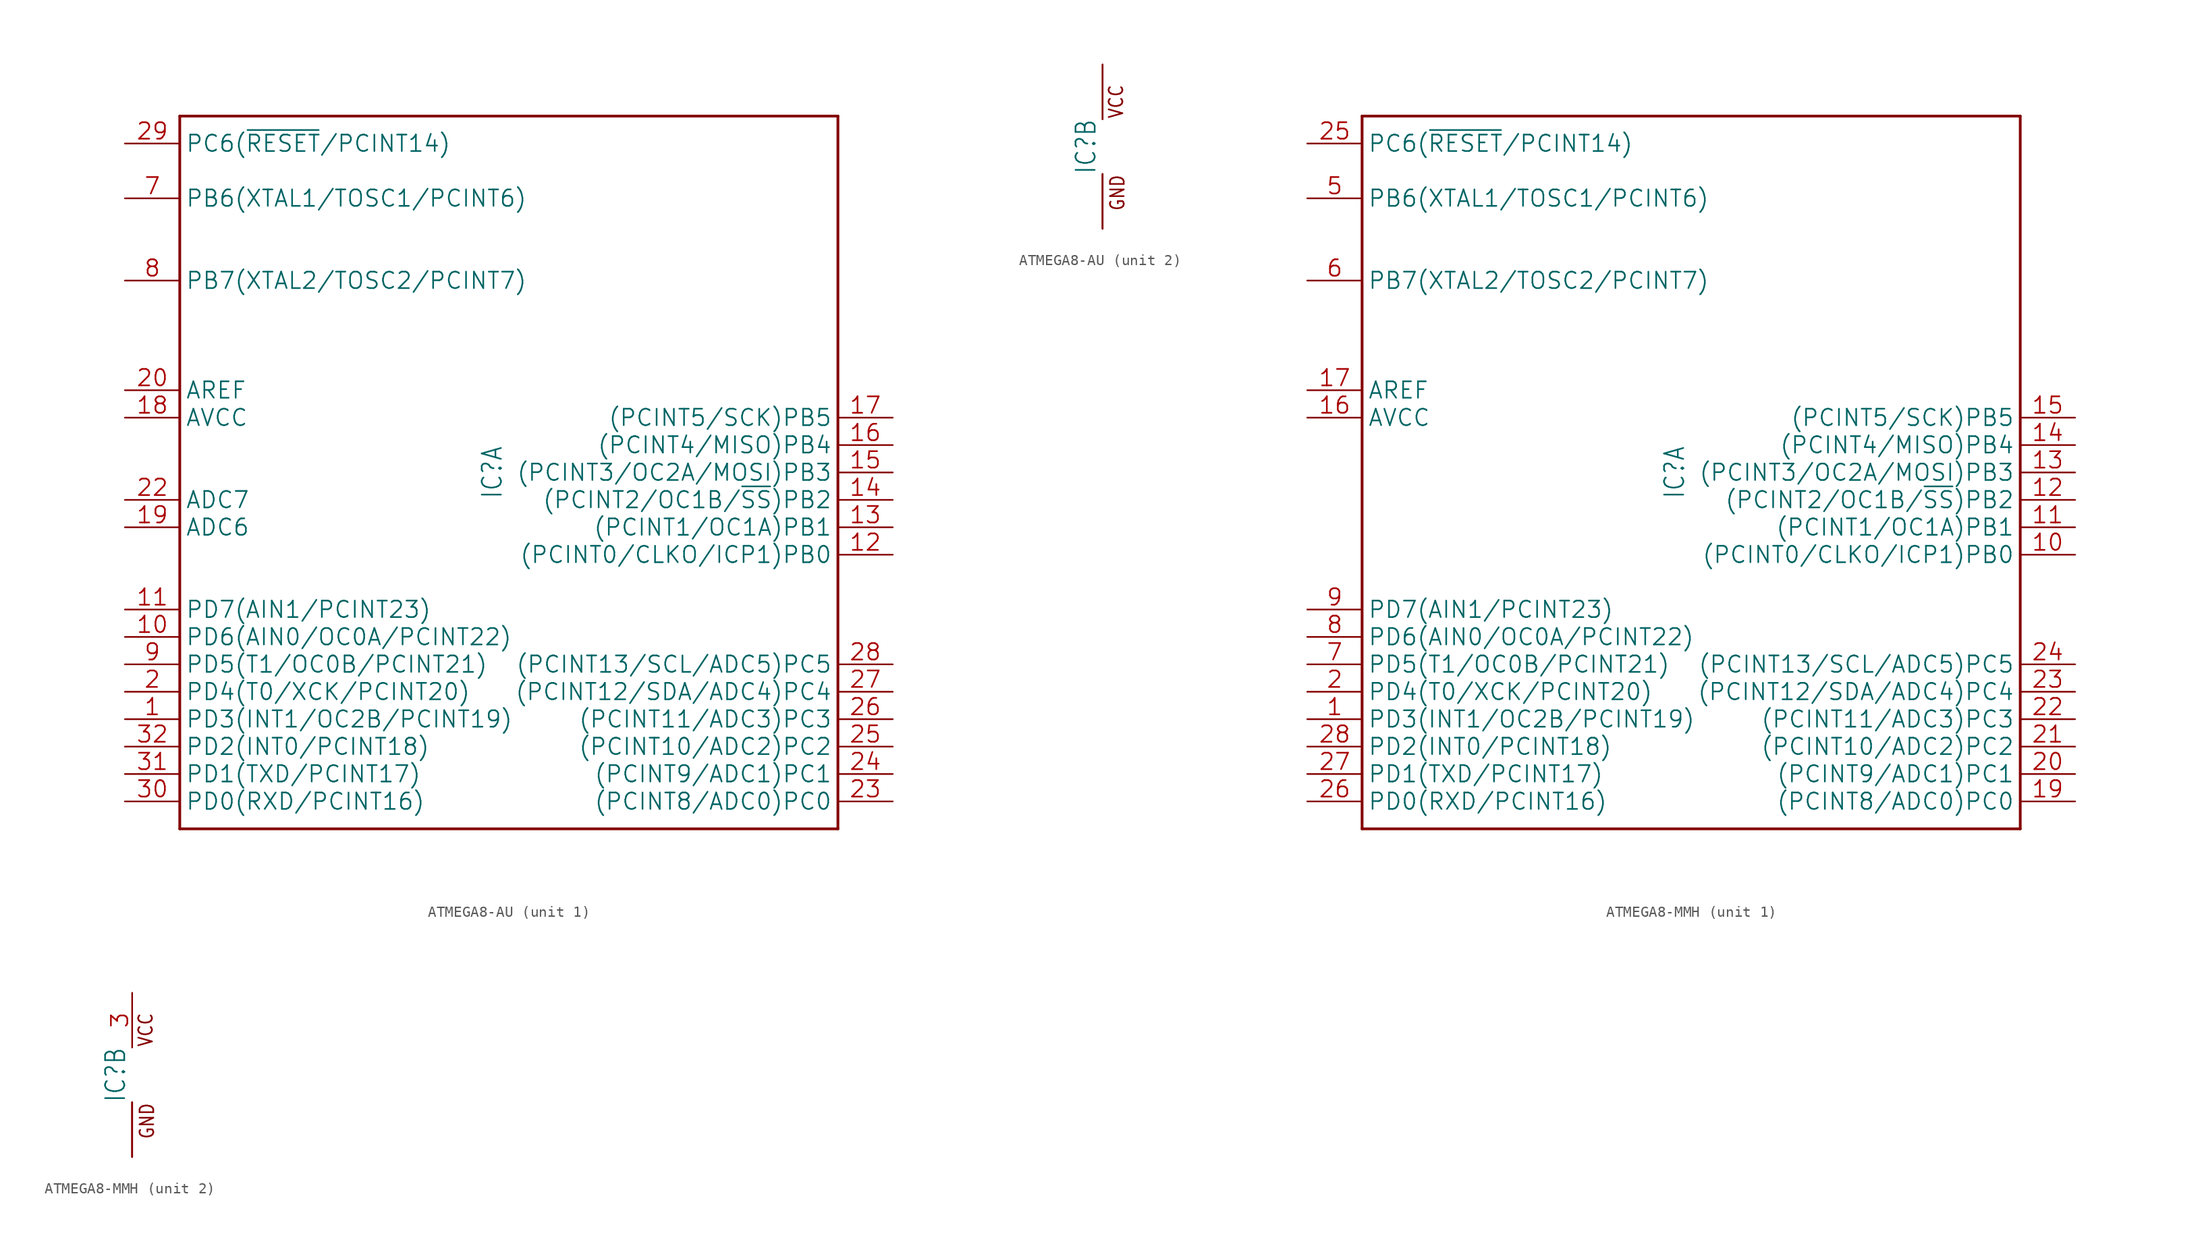
<source format=kicad_sym>
(kicad_symbol_lib
  (version 20241209)
  (generator "kicad_symbol_editor")
  (generator_version "9.0")
  (symbol "ATMEGA8-AU"
    (property "Reference" "IC"
      (at -0.508 0 90)
      (effects (font (size 1.778 1.511)) (justify bottom)))
    (property "ki_locked" ""
      (at 0 0 0)
      (effects (font (size 1.27 1.27))))
    (symbol "ATMEGA8-AU_1_0"
      (polyline (pts (xy -30.48 33.02) (xy 30.48 33.02)) (stroke (width 0.254) (type solid)) (fill (type none)))
      (polyline (pts (xy -30.48 -33.02) (xy -30.48 33.02)) (stroke (width 0.254) (type solid)) (fill (type none)))
      (polyline (pts (xy 30.48 33.02) (xy 30.48 -33.02)) (stroke (width 0.254) (type solid)) (fill (type none)))
      (polyline (pts (xy 30.48 -33.02) (xy -30.48 -33.02)) (stroke (width 0.254) (type solid)) (fill (type none)))
      (pin bidirectional line (at -35.56 30.48 0) (length 5.08) (name "PC6(~{RESET}/PCINT14)" (effects (font (size 1.524 1.524)))) (number "29" (effects (font (size 1.524 1.524)))))
      (pin bidirectional line (at -35.56 25.4 0) (length 5.08) (name "PB6(XTAL1/TOSC1/PCINT6)" (effects (font (size 1.524 1.524)))) (number "7" (effects (font (size 1.524 1.524)))))
      (pin bidirectional line (at -35.56 17.78 0) (length 5.08) (name "PB7(XTAL2/TOSC2/PCINT7)" (effects (font (size 1.524 1.524)))) (number "8" (effects (font (size 1.524 1.524)))))
      (pin passive line (at -35.56 7.62 0) (length 5.08) (name "AREF" (effects (font (size 1.524 1.524)))) (number "20" (effects (font (size 1.524 1.524)))))
      (pin power_in line (at -35.56 5.08 0) (length 5.08) (name "AVCC" (effects (font (size 1.524 1.524)))) (number "18" (effects (font (size 1.524 1.524)))))
      (pin bidirectional line (at -35.56 -2.54 0) (length 5.08) (name "ADC7" (effects (font (size 1.524 1.524)))) (number "22" (effects (font (size 1.524 1.524)))))
      (pin bidirectional line (at -35.56 -5.08 0) (length 5.08) (name "ADC6" (effects (font (size 1.524 1.524)))) (number "19" (effects (font (size 1.524 1.524)))))
      (pin bidirectional line (at -35.56 -12.7 0) (length 5.08) (name "PD7(AIN1/PCINT23)" (effects (font (size 1.524 1.524)))) (number "11" (effects (font (size 1.524 1.524)))))
      (pin bidirectional line (at -35.56 -15.24 0) (length 5.08) (name "PD6(AIN0/OC0A/PCINT22)" (effects (font (size 1.524 1.524)))) (number "10" (effects (font (size 1.524 1.524)))))
      (pin bidirectional line (at -35.56 -17.78 0) (length 5.08) (name "PD5(T1/OC0B/PCINT21)" (effects (font (size 1.524 1.524)))) (number "9" (effects (font (size 1.524 1.524)))))
      (pin bidirectional line (at -35.56 -20.32 0) (length 5.08) (name "PD4(T0/XCK/PCINT20)" (effects (font (size 1.524 1.524)))) (number "2" (effects (font (size 1.524 1.524)))))
      (pin bidirectional line (at -35.56 -22.86 0) (length 5.08) (name "PD3(INT1/OC2B/PCINT19)" (effects (font (size 1.524 1.524)))) (number "1" (effects (font (size 1.524 1.524)))))
      (pin bidirectional line (at -35.56 -25.4 0) (length 5.08) (name "PD2(INT0/PCINT18)" (effects (font (size 1.524 1.524)))) (number "32" (effects (font (size 1.524 1.524)))))
      (pin bidirectional line (at -35.56 -27.94 0) (length 5.08) (name "PD1(TXD/PCINT17)" (effects (font (size 1.524 1.524)))) (number "31" (effects (font (size 1.524 1.524)))))
      (pin bidirectional line (at -35.56 -30.48 0) (length 5.08) (name "PD0(RXD/PCINT16)" (effects (font (size 1.524 1.524)))) (number "30" (effects (font (size 1.524 1.524)))))
      (pin bidirectional line (at 35.56 5.08 180) (length 5.08) (name "(PCINT5/SCK)PB5" (effects (font (size 1.524 1.524)))) (number "17" (effects (font (size 1.524 1.524)))))
      (pin bidirectional line (at 35.56 2.54 180) (length 5.08) (name "(PCINT4/MISO)PB4" (effects (font (size 1.524 1.524)))) (number "16" (effects (font (size 1.524 1.524)))))
      (pin bidirectional line (at 35.56 0 180) (length 5.08) (name "(PCINT3/OC2A/MOSI)PB3" (effects (font (size 1.524 1.524)))) (number "15" (effects (font (size 1.524 1.524)))))
      (pin bidirectional line (at 35.56 -2.54 180) (length 5.08) (name "(PCINT2/OC1B/~{SS})PB2" (effects (font (size 1.524 1.524)))) (number "14" (effects (font (size 1.524 1.524)))))
      (pin bidirectional line (at 35.56 -5.08 180) (length 5.08) (name "(PCINT1/OC1A)PB1" (effects (font (size 1.524 1.524)))) (number "13" (effects (font (size 1.524 1.524)))))
      (pin bidirectional line (at 35.56 -7.62 180) (length 5.08) (name "(PCINT0/CLKO/ICP1)PB0" (effects (font (size 1.524 1.524)))) (number "12" (effects (font (size 1.524 1.524)))))
      (pin bidirectional line (at 35.56 -17.78 180) (length 5.08) (name "(PCINT13/SCL/ADC5)PC5" (effects (font (size 1.524 1.524)))) (number "28" (effects (font (size 1.524 1.524)))))
      (pin bidirectional line (at 35.56 -20.32 180) (length 5.08) (name "(PCINT12/SDA/ADC4)PC4" (effects (font (size 1.524 1.524)))) (number "27" (effects (font (size 1.524 1.524)))))
      (pin bidirectional line (at 35.56 -22.86 180) (length 5.08) (name "(PCINT11/ADC3)PC3" (effects (font (size 1.524 1.524)))) (number "26" (effects (font (size 1.524 1.524)))))
      (pin bidirectional line (at 35.56 -25.4 180) (length 5.08) (name "(PCINT10/ADC2)PC2" (effects (font (size 1.524 1.524)))) (number "25" (effects (font (size 1.524 1.524)))))
      (pin bidirectional line (at 35.56 -27.94 180) (length 5.08) (name "(PCINT9/ADC1)PC1" (effects (font (size 1.524 1.524)))) (number "24" (effects (font (size 1.524 1.524)))))
      (pin bidirectional line (at 35.56 -30.48 180) (length 5.08) (name "(PCINT8/ADC0)PC0" (effects (font (size 1.524 1.524)))) (number "23" (effects (font (size 1.524 1.524))))))
    (symbol "ATMEGA8-AU_2_0"
      (text "VCC" (at 0.508 2.54 900) (effects (font (size 1.27 1.079)) (justify left top)))
      (text "GND" (at 0.635 -2.54 900) (effects (font (size 1.27 1.079)) (justify right top)))
      (pin power_in line (at 0 7.62 270) (length 5.08) (name "VCC" (effects (font (size 0 0)))) (number "4" (effects (font (size 0 0)))))
      (pin power_in line (at 0 7.62 270) (length 5.08) (name "VCC" (effects (font (size 0 0)))) (number "6" (effects (font (size 0 0)))))
      (pin power_in line (at 0 -7.62 90) (length 5.08) (name "GND" (effects (font (size 0 0)))) (number "21" (effects (font (size 0 0)))))
      (pin power_in line (at 0 -7.62 90) (length 5.08) (name "GND" (effects (font (size 0 0)))) (number "3" (effects (font (size 0 0)))))
      (pin power_in line (at 0 -7.62 90) (length 5.08) (name "GND" (effects (font (size 0 0)))) (number "5" (effects (font (size 0 0)))))))
  (symbol "ATMEGA8-MMH"
    (property "Reference" "IC"
      (at -0.508 0 90)
      (effects (font (size 1.778 1.511)) (justify bottom)))
    (property "ki_locked" ""
      (at 0 0 0)
      (effects (font (size 1.27 1.27))))
    (symbol "ATMEGA8-MMH_1_0"
      (polyline (pts (xy -30.48 33.02) (xy 30.48 33.02)) (stroke (width 0.254) (type solid)) (fill (type none)))
      (polyline (pts (xy -30.48 -33.02) (xy -30.48 33.02)) (stroke (width 0.254) (type solid)) (fill (type none)))
      (polyline (pts (xy 30.48 33.02) (xy 30.48 -33.02)) (stroke (width 0.254) (type solid)) (fill (type none)))
      (polyline (pts (xy 30.48 -33.02) (xy -30.48 -33.02)) (stroke (width 0.254) (type solid)) (fill (type none)))
      (pin bidirectional line (at -35.56 30.48 0) (length 5.08) (name "PC6(~{RESET}/PCINT14)" (effects (font (size 1.524 1.524)))) (number "25" (effects (font (size 1.524 1.524)))))
      (pin bidirectional line (at -35.56 25.4 0) (length 5.08) (name "PB6(XTAL1/TOSC1/PCINT6)" (effects (font (size 1.524 1.524)))) (number "5" (effects (font (size 1.524 1.524)))))
      (pin bidirectional line (at -35.56 17.78 0) (length 5.08) (name "PB7(XTAL2/TOSC2/PCINT7)" (effects (font (size 1.524 1.524)))) (number "6" (effects (font (size 1.524 1.524)))))
      (pin passive line (at -35.56 7.62 0) (length 5.08) (name "AREF" (effects (font (size 1.524 1.524)))) (number "17" (effects (font (size 1.524 1.524)))))
      (pin power_in line (at -35.56 5.08 0) (length 5.08) (name "AVCC" (effects (font (size 1.524 1.524)))) (number "16" (effects (font (size 1.524 1.524)))))
      (pin bidirectional line (at -35.56 -12.7 0) (length 5.08) (name "PD7(AIN1/PCINT23)" (effects (font (size 1.524 1.524)))) (number "9" (effects (font (size 1.524 1.524)))))
      (pin bidirectional line (at -35.56 -15.24 0) (length 5.08) (name "PD6(AIN0/OC0A/PCINT22)" (effects (font (size 1.524 1.524)))) (number "8" (effects (font (size 1.524 1.524)))))
      (pin bidirectional line (at -35.56 -17.78 0) (length 5.08) (name "PD5(T1/OC0B/PCINT21)" (effects (font (size 1.524 1.524)))) (number "7" (effects (font (size 1.524 1.524)))))
      (pin bidirectional line (at -35.56 -20.32 0) (length 5.08) (name "PD4(T0/XCK/PCINT20)" (effects (font (size 1.524 1.524)))) (number "2" (effects (font (size 1.524 1.524)))))
      (pin bidirectional line (at -35.56 -22.86 0) (length 5.08) (name "PD3(INT1/OC2B/PCINT19)" (effects (font (size 1.524 1.524)))) (number "1" (effects (font (size 1.524 1.524)))))
      (pin bidirectional line (at -35.56 -25.4 0) (length 5.08) (name "PD2(INT0/PCINT18)" (effects (font (size 1.524 1.524)))) (number "28" (effects (font (size 1.524 1.524)))))
      (pin bidirectional line (at -35.56 -27.94 0) (length 5.08) (name "PD1(TXD/PCINT17)" (effects (font (size 1.524 1.524)))) (number "27" (effects (font (size 1.524 1.524)))))
      (pin bidirectional line (at -35.56 -30.48 0) (length 5.08) (name "PD0(RXD/PCINT16)" (effects (font (size 1.524 1.524)))) (number "26" (effects (font (size 1.524 1.524)))))
      (pin bidirectional line (at 35.56 5.08 180) (length 5.08) (name "(PCINT5/SCK)PB5" (effects (font (size 1.524 1.524)))) (number "15" (effects (font (size 1.524 1.524)))))
      (pin bidirectional line (at 35.56 2.54 180) (length 5.08) (name "(PCINT4/MISO)PB4" (effects (font (size 1.524 1.524)))) (number "14" (effects (font (size 1.524 1.524)))))
      (pin bidirectional line (at 35.56 0 180) (length 5.08) (name "(PCINT3/OC2A/MOSI)PB3" (effects (font (size 1.524 1.524)))) (number "13" (effects (font (size 1.524 1.524)))))
      (pin bidirectional line (at 35.56 -2.54 180) (length 5.08) (name "(PCINT2/OC1B/~{SS})PB2" (effects (font (size 1.524 1.524)))) (number "12" (effects (font (size 1.524 1.524)))))
      (pin bidirectional line (at 35.56 -5.08 180) (length 5.08) (name "(PCINT1/OC1A)PB1" (effects (font (size 1.524 1.524)))) (number "11" (effects (font (size 1.524 1.524)))))
      (pin bidirectional line (at 35.56 -7.62 180) (length 5.08) (name "(PCINT0/CLKO/ICP1)PB0" (effects (font (size 1.524 1.524)))) (number "10" (effects (font (size 1.524 1.524)))))
      (pin bidirectional line (at 35.56 -17.78 180) (length 5.08) (name "(PCINT13/SCL/ADC5)PC5" (effects (font (size 1.524 1.524)))) (number "24" (effects (font (size 1.524 1.524)))))
      (pin bidirectional line (at 35.56 -20.32 180) (length 5.08) (name "(PCINT12/SDA/ADC4)PC4" (effects (font (size 1.524 1.524)))) (number "23" (effects (font (size 1.524 1.524)))))
      (pin bidirectional line (at 35.56 -22.86 180) (length 5.08) (name "(PCINT11/ADC3)PC3" (effects (font (size 1.524 1.524)))) (number "22" (effects (font (size 1.524 1.524)))))
      (pin bidirectional line (at 35.56 -25.4 180) (length 5.08) (name "(PCINT10/ADC2)PC2" (effects (font (size 1.524 1.524)))) (number "21" (effects (font (size 1.524 1.524)))))
      (pin bidirectional line (at 35.56 -27.94 180) (length 5.08) (name "(PCINT9/ADC1)PC1" (effects (font (size 1.524 1.524)))) (number "20" (effects (font (size 1.524 1.524)))))
      (pin bidirectional line (at 35.56 -30.48 180) (length 5.08) (name "(PCINT8/ADC0)PC0" (effects (font (size 1.524 1.524)))) (number "19" (effects (font (size 1.524 1.524))))))
    (symbol "ATMEGA8-MMH_2_0"
      (text "VCC" (at 0.508 2.54 900) (effects (font (size 1.27 1.079)) (justify left top)))
      (text "GND" (at 0.635 -2.54 900) (effects (font (size 1.27 1.079)) (justify right top)))
      (pin power_in line (at 0 7.62 270) (length 5.08) (name "VCC" (effects (font (size 0 0)))) (number "3" (effects (font (size 1.524 1.524)))))
      (pin power_in line (at 0 -7.62 90) (length 5.08) (name "GND" (effects (font (size 0 0)))) (number "18" (effects (font (size 0 0)))))
      (pin power_in line (at 0 -7.62 90) (length 5.08) (name "GND" (effects (font (size 0 0)))) (number "4" (effects (font (size 0 0)))))
      (pin power_in line (at 0 -7.62 90) (length 5.08) (name "GND" (effects (font (size 0 0)))) (number "EXP" (effects (font (size 0 0))))))))
</source>
